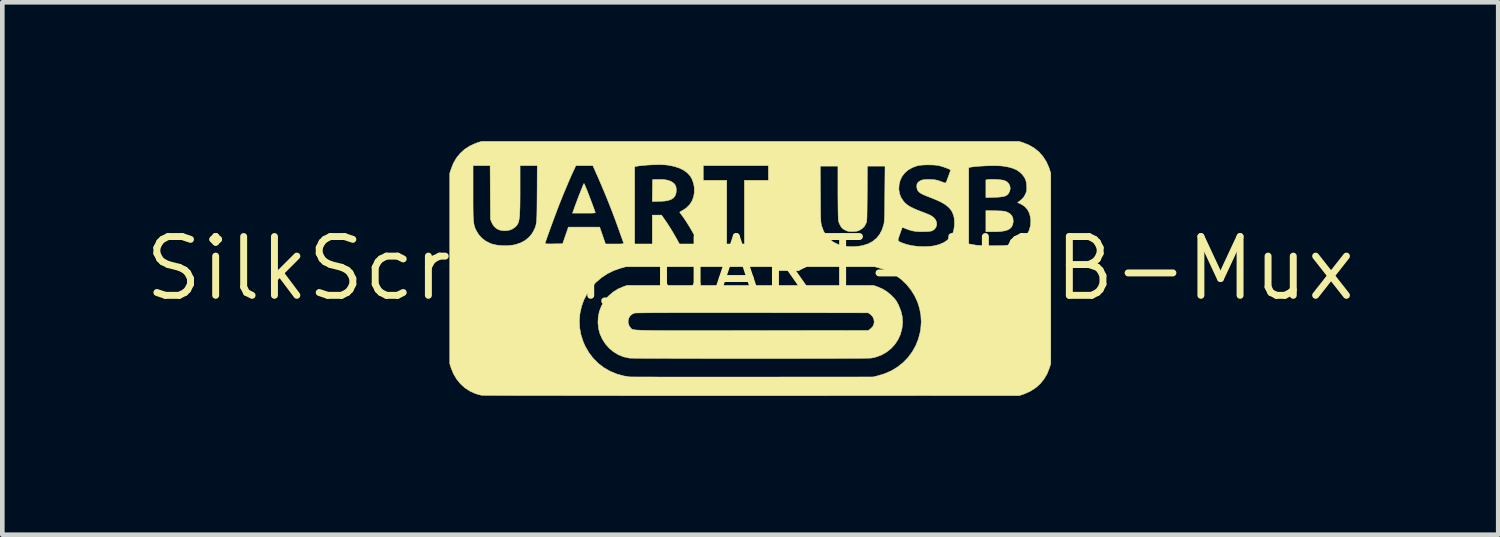
<source format=kicad_pcb>
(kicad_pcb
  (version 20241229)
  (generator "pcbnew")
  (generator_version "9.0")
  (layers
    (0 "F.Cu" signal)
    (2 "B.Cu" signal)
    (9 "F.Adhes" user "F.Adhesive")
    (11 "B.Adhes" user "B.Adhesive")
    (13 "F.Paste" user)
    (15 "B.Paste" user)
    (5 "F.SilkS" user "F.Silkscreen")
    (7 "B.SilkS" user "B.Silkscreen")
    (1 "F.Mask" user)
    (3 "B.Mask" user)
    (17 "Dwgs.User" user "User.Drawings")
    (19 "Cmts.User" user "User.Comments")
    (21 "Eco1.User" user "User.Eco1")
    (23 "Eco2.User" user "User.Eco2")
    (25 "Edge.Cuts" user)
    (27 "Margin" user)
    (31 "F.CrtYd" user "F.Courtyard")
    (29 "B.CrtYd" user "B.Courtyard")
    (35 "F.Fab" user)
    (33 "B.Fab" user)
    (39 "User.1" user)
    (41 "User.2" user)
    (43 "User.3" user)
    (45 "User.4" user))
  (footprint "SilkScreen_UART-USB-Mux"
    (layer "F.Cu")
    (at 13.161 2.751)
    (property "Reference" "SilkScreen_UART-USB-Mux" (at 0 0 0) (layer "F.SilkS") (effects (font (size 1.27 1.27) (thickness 0.15))))
    (attr through_hole)
    (fp_poly (pts (xy -1.908 -1.924) (xy -1.835 -1.917) (xy -1.773 -1.904) (xy -1.717 -1.882) (xy -1.704 -1.876) (xy -1.654 -1.843) (xy -1.621 -1.803) (xy -1.603 -1.753) (xy -1.598 -1.693) (xy -1.604 -1.627) (xy -1.623 -1.573) (xy -1.656 -1.529) (xy -1.703 -1.496) (xy -1.766 -1.472) (xy -1.847 -1.457) (xy -1.946 -1.451) (xy -1.987 -1.45) (xy -2.117 -1.45) (xy -2.114 -1.685) (xy -2.111 -1.921) (xy -1.997 -1.924) (xy -1.908 -1.924)) (stroke (width 0.01) (type solid)) (fill yes) (layer "F.SilkS"))
    (fp_poly (pts (xy 5.289 -1.247) (xy 5.361 -1.245) (xy 5.416 -1.243) (xy 5.457 -1.24) (xy 5.489 -1.236) (xy 5.515 -1.23) (xy 5.539 -1.222) (xy 5.548 -1.219) (xy 5.608 -1.186) (xy 5.651 -1.141) (xy 5.675 -1.086) (xy 5.682 -1.02) (xy 5.68 -0.998) (xy 5.668 -0.943) (xy 5.645 -0.897) (xy 5.609 -0.86) (xy 5.559 -0.832) (xy 5.493 -0.813) (xy 5.41 -0.8) (xy 5.309 -0.794) (xy 5.258 -0.794) (xy 5.091 -0.794) (xy 5.091 -1.251) (xy 5.289 -1.247)) (stroke (width 0.01) (type solid)) (fill yes) (layer "F.SilkS"))
    (fp_poly (pts (xy 5.299 -1.924) (xy 5.362 -1.92) (xy 5.42 -1.914) (xy 5.468 -1.907) (xy 5.495 -1.9) (xy 5.548 -1.871) (xy 5.587 -1.83) (xy 5.61 -1.78) (xy 5.617 -1.725) (xy 5.606 -1.67) (xy 5.577 -1.617) (xy 5.572 -1.61) (xy 5.549 -1.588) (xy 5.521 -1.571) (xy 5.484 -1.558) (xy 5.435 -1.549) (xy 5.372 -1.542) (xy 5.292 -1.538) (xy 5.268 -1.537) (xy 5.091 -1.532) (xy 5.091 -1.914) (xy 5.14 -1.922) (xy 5.182 -1.925) (xy 5.237 -1.926) (xy 5.299 -1.924)) (stroke (width 0.01) (type solid)) (fill yes) (layer "F.SilkS"))
    (fp_poly (pts (xy -3.587 -1.827) (xy -3.574 -1.8) (xy -3.556 -1.757) (xy -3.533 -1.702) (xy -3.507 -1.636) (xy -3.478 -1.561) (xy -3.448 -1.481) (xy -3.416 -1.397) (xy -3.409 -1.376) (xy -3.389 -1.323) (xy -3.372 -1.277) (xy -3.359 -1.24) (xy -3.351 -1.218) (xy -3.349 -1.214) (xy -3.348 -1.209) (xy -3.352 -1.204) (xy -3.362 -1.201) (xy -3.382 -1.199) (xy -3.414 -1.197) (xy -3.46 -1.196) (xy -3.523 -1.196) (xy -3.592 -1.196) (xy -3.841 -1.196) (xy -3.802 -1.304) (xy -3.777 -1.374) (xy -3.75 -1.446) (xy -3.722 -1.52) (xy -3.695 -1.592) (xy -3.668 -1.659) (xy -3.644 -1.719) (xy -3.624 -1.77) (xy -3.608 -1.808) (xy -3.597 -1.831) (xy -3.593 -1.836) (xy -3.587 -1.827)) (stroke (width 0.01) (type solid)) (fill yes) (layer "F.SilkS"))
    (fp_poly (pts (xy 2.746 0.395) (xy 2.855 0.441) (xy 2.952 0.5) (xy 3.043 0.576) (xy 3.066 0.598) (xy 3.109 0.643) (xy 3.141 0.682) (xy 3.168 0.723) (xy 3.194 0.773) (xy 3.205 0.795) (xy 3.254 0.916) (xy 3.283 1.036) (xy 3.292 1.157) (xy 3.28 1.282) (xy 3.276 1.306) (xy 3.243 1.427) (xy 3.191 1.539) (xy 3.123 1.641) (xy 3.04 1.731) (xy 2.944 1.807) (xy 2.837 1.868) (xy 2.72 1.912) (xy 2.61 1.936) (xy 2.591 1.937) (xy 2.553 1.938) (xy 2.495 1.939) (xy 2.42 1.94) (xy 2.328 1.941) (xy 2.22 1.942) (xy 2.099 1.942) (xy 1.964 1.943) (xy 1.816 1.944) (xy 1.658 1.944) (xy 1.49 1.945) (xy 1.314 1.945) (xy 1.13 1.945) (xy 0.939 1.946) (xy 0.743 1.946) (xy 0.543 1.946) (xy 0.34 1.946) (xy 0.135 1.946) (xy -0.071 1.946) (xy -0.276 1.946) (xy -0.48 1.946) (xy -0.682 1.946) (xy -0.879 1.946) (xy -1.072 1.945) (xy -1.259 1.945) (xy -1.438 1.944) (xy -1.61 1.944) (xy -1.772 1.943) (xy -1.923 1.943) (xy -2.063 1.942) (xy -2.189 1.941) (xy -2.302 1.941) (xy -2.4 1.94) (xy -2.482 1.939) (xy -2.546 1.938) (xy -2.592 1.937) (xy -2.618 1.936) (xy -2.622 1.935) (xy -2.741 1.908) (xy -2.853 1.862) (xy -2.956 1.799) (xy -3.049 1.721) (xy -3.13 1.629) (xy -3.196 1.527) (xy -3.246 1.416) (xy -3.276 1.306) (xy -3.291 1.175) (xy -3.289 1.129) (xy -2.639 1.129) (xy -2.637 1.185) (xy -2.617 1.239) (xy -2.59 1.277) (xy -2.584 1.284) (xy -2.579 1.29) (xy -2.574 1.297) (xy -2.569 1.302) (xy -2.563 1.307) (xy -2.554 1.312) (xy -2.543 1.316) (xy -2.528 1.32) (xy -2.509 1.324) (xy -2.485 1.327) (xy -2.454 1.33) (xy -2.417 1.332) (xy -2.372 1.334) (xy -2.318 1.336) (xy -2.256 1.337) (xy -2.183 1.339) (xy -2.099 1.34) (xy -2.004 1.341) (xy -1.897 1.341) (xy -1.776 1.342) (xy -1.641 1.342) (xy -1.492 1.342) (xy -1.327 1.342) (xy -1.145 1.342) (xy -0.947 1.342) (xy -0.73 1.342) (xy -0.495 1.342) (xy -0.24 1.341) (xy 0.036 1.341) (xy 0.039 1.341) (xy 2.549 1.339) (xy 2.594 1.307) (xy 2.641 1.263) (xy 2.669 1.211) (xy 2.678 1.151) (xy 2.668 1.088) (xy 2.639 1.033) (xy 2.594 0.989) (xy 2.591 0.987) (xy 2.547 0.958) (xy 0.045 0.955) (xy -0.267 0.955) (xy -0.558 0.955) (xy -0.827 0.954) (xy -1.077 0.955) (xy -1.305 0.955) (xy -1.513 0.955) (xy -1.701 0.955) (xy -1.868 0.956) (xy -2.016 0.956) (xy -2.143 0.957) (xy -2.251 0.958) (xy -2.339 0.959) (xy -2.408 0.96) (xy -2.457 0.961) (xy -2.488 0.962) (xy -2.498 0.963) (xy -2.554 0.988) (xy -2.597 1.026) (xy -2.626 1.075) (xy -2.639 1.129) (xy -3.289 1.129) (xy -3.285 1.048) (xy -3.26 0.925) (xy -3.214 0.808) (xy -3.15 0.699) (xy -3.067 0.599) (xy -3.059 0.592) (xy -2.962 0.508) (xy -2.856 0.442) (xy -2.746 0.395) (xy -2.662 0.365) (xy 2.662 0.365) (xy 2.746 0.395)) (stroke (width 0.01) (type solid)) (fill yes) (layer "F.SilkS"))
    (fp_poly (pts (xy 5.884 -2.722) (xy 6.015 -2.67) (xy 6.132 -2.603) (xy 6.235 -2.521) (xy 6.322 -2.423) (xy 6.395 -2.311) (xy 6.452 -2.185) (xy 6.468 -2.137) (xy 6.493 -2.058) (xy 6.493 2.058) (xy 6.468 2.137) (xy 6.417 2.269) (xy 6.35 2.385) (xy 6.268 2.487) (xy 6.171 2.575) (xy 6.058 2.648) (xy 5.929 2.707) (xy 5.89 2.721) (xy 5.816 2.746) (xy 0.026 2.748) (xy -0.335 2.748) (xy -0.689 2.748) (xy -1.037 2.748) (xy -1.377 2.748) (xy -1.71 2.748) (xy -2.033 2.748) (xy -2.347 2.748) (xy -2.652 2.748) (xy -2.946 2.747) (xy -3.229 2.747) (xy -3.501 2.747) (xy -3.76 2.747) (xy -4.007 2.746) (xy -4.241 2.746) (xy -4.46 2.746) (xy -4.666 2.745) (xy -4.856 2.745) (xy -5.031 2.745) (xy -5.189 2.744) (xy -5.331 2.744) (xy -5.456 2.743) (xy -5.563 2.743) (xy -5.651 2.742) (xy -5.721 2.742) (xy -5.771 2.741) (xy -5.801 2.741) (xy -5.809 2.74) (xy -5.938 2.704) (xy -6.057 2.65) (xy -6.166 2.579) (xy -6.262 2.492) (xy -6.345 2.39) (xy -6.413 2.275) (xy -6.465 2.148) (xy -6.468 2.137) (xy -6.493 2.058) (xy -6.493 1.13) (xy -3.693 1.13) (xy -3.686 1.284) (xy -3.657 1.438) (xy -3.608 1.588) (xy -3.568 1.678) (xy -3.489 1.816) (xy -3.394 1.94) (xy -3.286 2.049) (xy -3.164 2.143) (xy -3.03 2.22) (xy -2.885 2.28) (xy -2.73 2.322) (xy -2.603 2.342) (xy -2.59 2.343) (xy -2.556 2.343) (xy -2.502 2.343) (xy -2.431 2.344) (xy -2.341 2.344) (xy -2.235 2.344) (xy -2.114 2.344) (xy -1.978 2.345) (xy -1.828 2.345) (xy -1.665 2.345) (xy -1.49 2.345) (xy -1.304 2.345) (xy -1.108 2.345) (xy -0.903 2.345) (xy -0.689 2.345) (xy -0.468 2.345) (xy -0.241 2.345) (xy -0.008 2.345) (xy 0.042 2.345) (xy 2.651 2.344) (xy 2.746 2.321) (xy 2.903 2.274) (xy 3.048 2.21) (xy 3.182 2.129) (xy 3.302 2.034) (xy 3.409 1.924) (xy 3.5 1.801) (xy 3.575 1.667) (xy 3.633 1.522) (xy 3.673 1.367) (xy 3.683 1.307) (xy 3.694 1.154) (xy 3.685 1.004) (xy 3.657 0.858) (xy 3.612 0.717) (xy 3.549 0.584) (xy 3.47 0.459) (xy 3.376 0.344) (xy 3.268 0.24) (xy 3.147 0.15) (xy 3.014 0.074) (xy 2.87 0.014) (xy 2.797 -0.008) (xy 2.693 -0.037) (xy -2.693 -0.037) (xy -2.797 -0.008) (xy -2.948 0.044) (xy -3.088 0.113) (xy -3.218 0.199) (xy -3.335 0.3) (xy -3.437 0.414) (xy -3.524 0.541) (xy -3.595 0.678) (xy -3.645 0.817) (xy -3.68 0.974) (xy -3.693 1.13) (xy -6.493 1.13) (xy -6.493 -1.64) (xy -5.99 -1.64) (xy -5.99 -1.503) (xy -5.99 -1.385) (xy -5.989 -1.284) (xy -5.988 -1.199) (xy -5.986 -1.128) (xy -5.983 -1.068) (xy -5.979 -1.019) (xy -5.973 -0.977) (xy -5.967 -0.941) (xy -5.959 -0.91) (xy -5.949 -0.881) (xy -5.937 -0.853) (xy -5.923 -0.823) (xy -5.919 -0.815) (xy -5.866 -0.729) (xy -5.797 -0.653) (xy -5.713 -0.59) (xy -5.619 -0.543) (xy -5.565 -0.524) (xy -5.464 -0.503) (xy -5.353 -0.493) (xy -5.238 -0.493) (xy -5.128 -0.505) (xy -5.065 -0.518) (xy -5.002 -0.54) (xy -4.434 -0.54) (xy -4.424 -0.535) (xy -4.394 -0.532) (xy -4.343 -0.531) (xy -4.271 -0.531) (xy -4.244 -0.532) (xy -4.054 -0.534) (xy -3.992 -0.714) (xy -3.93 -0.894) (xy -3.254 -0.894) (xy -3.191 -0.712) (xy -3.128 -0.529) (xy -2.928 -0.529) (xy -2.856 -0.529) (xy -2.802 -0.53) (xy -2.765 -0.532) (xy -2.743 -0.535) (xy -2.734 -0.539) (xy -2.733 -0.542) (xy -2.738 -0.556) (xy -2.749 -0.586) (xy -2.765 -0.63) (xy -2.785 -0.686) (xy -2.808 -0.75) (xy -2.823 -0.794) (xy -2.902 -1.012) (xy -2.978 -1.215) (xy -3.053 -1.407) (xy -3.129 -1.595) (xy -3.208 -1.782) (xy -3.291 -1.975) (xy -3.299 -1.992) (xy -3.391 -2.2) (xy -2.498 -2.2) (xy -2.498 -0.529) (xy -2.117 -0.529) (xy -2.117 -1.154) (xy -1.919 -1.154) (xy -1.86 -1.072) (xy -1.801 -0.986) (xy -1.736 -0.886) (xy -1.67 -0.777) (xy -1.605 -0.665) (xy -1.597 -0.651) (xy -1.529 -0.529) (xy -1.321 -0.529) (xy -1.112 -0.529) (xy -1.131 -0.569) (xy -1.166 -0.64) (xy -1.208 -0.719) (xy -1.256 -0.804) (xy -1.306 -0.89) (xy -1.358 -0.974) (xy -1.407 -1.05) (xy -1.453 -1.117) (xy -1.492 -1.169) (xy -1.499 -1.178) (xy -1.515 -1.2) (xy -1.524 -1.214) (xy -1.524 -1.215) (xy -1.515 -1.223) (xy -1.493 -1.238) (xy -1.464 -1.253) (xy -1.379 -1.309) (xy -1.311 -1.377) (xy -1.259 -1.457) (xy -1.225 -1.547) (xy -1.208 -1.645) (xy -1.21 -1.752) (xy -1.222 -1.822) (xy -1.25 -1.914) (xy -1.295 -1.995) (xy -1.357 -2.064) (xy -1.435 -2.122) (xy -1.53 -2.169) (xy -1.644 -2.206) (xy -1.728 -2.223) (xy -1.016 -2.223) (xy -1.016 -1.905) (xy -0.508 -1.905) (xy -0.508 -0.529) (xy -0.127 -0.529) (xy -0.127 -1.905) (xy 0.392 -1.905) (xy 0.392 -2.212) (xy 1.512 -2.212) (xy 1.516 -1.606) (xy 1.517 -1.477) (xy 1.518 -1.368) (xy 1.518 -1.275) (xy 1.519 -1.199) (xy 1.52 -1.136) (xy 1.522 -1.086) (xy 1.524 -1.045) (xy 1.526 -1.013) (xy 1.528 -0.987) (xy 1.532 -0.965) (xy 1.535 -0.946) (xy 1.54 -0.928) (xy 1.543 -0.917) (xy 1.583 -0.809) (xy 1.639 -0.715) (xy 1.709 -0.636) (xy 1.795 -0.571) (xy 1.894 -0.522) (xy 2.007 -0.489) (xy 2.089 -0.476) (xy 2.168 -0.472) (xy 2.256 -0.473) (xy 2.344 -0.481) (xy 2.422 -0.494) (xy 2.443 -0.499) (xy 2.554 -0.536) (xy 2.65 -0.588) (xy 2.685 -0.618) (xy 3.194 -0.618) (xy 3.197 -0.599) (xy 3.211 -0.585) (xy 3.236 -0.572) (xy 3.272 -0.557) (xy 3.286 -0.551) (xy 3.389 -0.516) (xy 3.507 -0.491) (xy 3.632 -0.476) (xy 3.762 -0.472) (xy 3.889 -0.478) (xy 3.963 -0.488) (xy 4.076 -0.515) (xy 4.173 -0.555) (xy 4.255 -0.609) (xy 4.321 -0.676) (xy 4.371 -0.755) (xy 4.384 -0.786) (xy 4.397 -0.835) (xy 4.407 -0.896) (xy 4.412 -0.964) (xy 4.411 -1.031) (xy 4.406 -1.089) (xy 4.404 -1.101) (xy 4.385 -1.169) (xy 4.359 -1.229) (xy 4.322 -1.284) (xy 4.274 -1.334) (xy 4.213 -1.381) (xy 4.136 -1.427) (xy 4.043 -1.472) (xy 3.932 -1.518) (xy 3.885 -1.536) (xy 3.8 -1.569) (xy 3.733 -1.599) (xy 3.682 -1.626) (xy 3.645 -1.653) (xy 3.621 -1.682) (xy 3.606 -1.713) (xy 3.599 -1.749) (xy 3.598 -1.777) (xy 3.6 -1.812) (xy 3.607 -1.836) (xy 3.623 -1.857) (xy 3.635 -1.869) (xy 3.672 -1.895) (xy 3.719 -1.913) (xy 3.779 -1.922) (xy 3.855 -1.925) (xy 3.905 -1.923) (xy 3.967 -1.919) (xy 4.017 -1.911) (xy 4.065 -1.899) (xy 4.106 -1.884) (xy 4.148 -1.869) (xy 4.184 -1.856) (xy 4.207 -1.847) (xy 4.212 -1.846) (xy 4.221 -1.848) (xy 4.231 -1.863) (xy 4.245 -1.892) (xy 4.262 -1.937) (xy 4.278 -1.981) (xy 4.297 -2.032) (xy 4.312 -2.076) (xy 4.323 -2.109) (xy 4.328 -2.127) (xy 4.329 -2.129) (xy 4.319 -2.136) (xy 4.294 -2.148) (xy 4.257 -2.164) (xy 4.214 -2.18) (xy 4.72 -2.18) (xy 4.72 -0.532) (xy 4.788 -0.519) (xy 4.843 -0.509) (xy 4.898 -0.502) (xy 4.956 -0.497) (xy 5.02 -0.493) (xy 5.094 -0.491) (xy 5.183 -0.491) (xy 5.276 -0.492) (xy 5.361 -0.493) (xy 5.429 -0.494) (xy 5.482 -0.496) (xy 5.525 -0.499) (xy 5.56 -0.503) (xy 5.591 -0.509) (xy 5.622 -0.516) (xy 5.63 -0.518) (xy 5.745 -0.555) (xy 5.841 -0.604) (xy 5.92 -0.665) (xy 5.982 -0.738) (xy 6.026 -0.824) (xy 6.053 -0.921) (xy 6.055 -0.934) (xy 6.062 -1.026) (xy 6.052 -1.115) (xy 6.029 -1.198) (xy 5.992 -1.269) (xy 5.942 -1.328) (xy 5.923 -1.344) (xy 5.885 -1.37) (xy 5.846 -1.393) (xy 5.822 -1.405) (xy 5.777 -1.424) (xy 5.84 -1.473) (xy 5.882 -1.51) (xy 5.913 -1.548) (xy 5.939 -1.594) (xy 5.956 -1.632) (xy 5.967 -1.662) (xy 5.972 -1.692) (xy 5.974 -1.732) (xy 5.973 -1.762) (xy 5.968 -1.845) (xy 5.951 -1.914) (xy 5.92 -1.976) (xy 5.873 -2.035) (xy 5.869 -2.04) (xy 5.813 -2.091) (xy 5.749 -2.133) (xy 5.673 -2.165) (xy 5.582 -2.191) (xy 5.474 -2.21) (xy 5.456 -2.213) (xy 5.398 -2.218) (xy 5.324 -2.221) (xy 5.24 -2.221) (xy 5.149 -2.22) (xy 5.056 -2.216) (xy 4.966 -2.211) (xy 4.882 -2.205) (xy 4.81 -2.197) (xy 4.753 -2.187) (xy 4.744 -2.185) (xy 4.72 -2.18) (xy 4.214 -2.18) (xy 4.213 -2.18) (xy 4.166 -2.197) (xy 4.12 -2.211) (xy 4.096 -2.218) (xy 4.047 -2.228) (xy 3.983 -2.235) (xy 3.909 -2.238) (xy 3.831 -2.239) (xy 3.755 -2.237) (xy 3.686 -2.232) (xy 3.63 -2.224) (xy 3.61 -2.22) (xy 3.503 -2.181) (xy 3.412 -2.129) (xy 3.337 -2.064) (xy 3.278 -1.987) (xy 3.237 -1.898) (xy 3.216 -1.812) (xy 3.21 -1.713) (xy 3.224 -1.619) (xy 3.258 -1.532) (xy 3.311 -1.453) (xy 3.343 -1.418) (xy 3.381 -1.384) (xy 3.425 -1.352) (xy 3.478 -1.322) (xy 3.543 -1.291) (xy 3.622 -1.257) (xy 3.699 -1.228) (xy 3.772 -1.2) (xy 3.828 -1.177) (xy 3.871 -1.159) (xy 3.904 -1.142) (xy 3.931 -1.125) (xy 3.955 -1.106) (xy 3.969 -1.094) (xy 4.006 -1.048) (xy 4.025 -0.997) (xy 4.028 -0.945) (xy 4.014 -0.895) (xy 3.984 -0.852) (xy 3.945 -0.823) (xy 3.924 -0.813) (xy 3.901 -0.807) (xy 3.873 -0.802) (xy 3.833 -0.799) (xy 3.779 -0.797) (xy 3.752 -0.796) (xy 3.659 -0.796) (xy 3.581 -0.801) (xy 3.511 -0.812) (xy 3.443 -0.83) (xy 3.371 -0.856) (xy 3.333 -0.871) (xy 3.304 -0.883) (xy 3.288 -0.889) (xy 3.287 -0.889) (xy 3.282 -0.88) (xy 3.272 -0.854) (xy 3.258 -0.815) (xy 3.241 -0.767) (xy 3.233 -0.745) (xy 3.213 -0.688) (xy 3.199 -0.647) (xy 3.194 -0.618) (xy 2.685 -0.618) (xy 2.731 -0.656) (xy 2.797 -0.739) (xy 2.848 -0.837) (xy 2.884 -0.947) (xy 2.888 -0.966) (xy 2.892 -0.987) (xy 2.895 -1.013) (xy 2.897 -1.045) (xy 2.899 -1.086) (xy 2.901 -1.137) (xy 2.903 -1.201) (xy 2.904 -1.278) (xy 2.905 -1.37) (xy 2.906 -1.48) (xy 2.907 -1.609) (xy 2.907 -1.617) (xy 2.912 -2.212) (xy 2.53 -2.212) (xy 2.527 -1.622) (xy 2.526 -1.494) (xy 2.525 -1.385) (xy 2.524 -1.294) (xy 2.523 -1.219) (xy 2.522 -1.158) (xy 2.521 -1.109) (xy 2.519 -1.071) (xy 2.517 -1.042) (xy 2.514 -1.02) (xy 2.511 -1.003) (xy 2.507 -0.99) (xy 2.505 -0.984) (xy 2.469 -0.916) (xy 2.417 -0.862) (xy 2.363 -0.829) (xy 2.329 -0.814) (xy 2.3 -0.805) (xy 2.266 -0.801) (xy 2.221 -0.799) (xy 2.206 -0.799) (xy 2.157 -0.8) (xy 2.122 -0.803) (xy 2.093 -0.81) (xy 2.063 -0.823) (xy 2.047 -0.831) (xy 2.006 -0.855) (xy 1.977 -0.882) (xy 1.951 -0.918) (xy 1.951 -0.92) (xy 1.93 -0.96) (xy 1.912 -1.004) (xy 1.906 -1.028) (xy 1.903 -1.052) (xy 1.901 -1.096) (xy 1.899 -1.16) (xy 1.897 -1.242) (xy 1.896 -1.341) (xy 1.895 -1.458) (xy 1.894 -1.59) (xy 1.894 -1.646) (xy 1.894 -2.212) (xy 1.703 -2.212) (xy 1.512 -2.212) (xy 0.392 -2.212) (xy 0.392 -2.223) (xy -1.016 -2.223) (xy -1.728 -2.223) (xy -1.775 -2.232) (xy -1.788 -2.234) (xy -1.852 -2.24) (xy -1.932 -2.243) (xy -2.023 -2.243) (xy -2.12 -2.24) (xy -2.218 -2.235) (xy -2.311 -2.227) (xy -2.396 -2.218) (xy -2.467 -2.206) (xy -2.469 -2.206) (xy -2.498 -2.2) (xy -3.391 -2.2) (xy -3.401 -2.223) (xy -3.768 -2.223) (xy -3.816 -2.119) (xy -3.852 -2.042) (xy -3.893 -1.949) (xy -3.938 -1.845) (xy -3.985 -1.733) (xy -4.033 -1.619) (xy -4.079 -1.505) (xy -4.123 -1.396) (xy -4.141 -1.349) (xy -4.166 -1.284) (xy -4.194 -1.209) (xy -4.224 -1.129) (xy -4.255 -1.046) (xy -4.286 -0.961) (xy -4.317 -0.878) (xy -4.345 -0.798) (xy -4.372 -0.725) (xy -4.394 -0.661) (xy -4.413 -0.608) (xy -4.426 -0.568) (xy -4.433 -0.545) (xy -4.434 -0.54) (xy -5.002 -0.54) (xy -4.958 -0.555) (xy -4.864 -0.606) (xy -4.783 -0.672) (xy -4.718 -0.749) (xy -4.683 -0.81) (xy -4.668 -0.84) (xy -4.655 -0.867) (xy -4.645 -0.892) (xy -4.636 -0.919) (xy -4.629 -0.947) (xy -4.623 -0.98) (xy -4.618 -1.019) (xy -4.615 -1.066) (xy -4.612 -1.124) (xy -4.61 -1.193) (xy -4.609 -1.275) (xy -4.608 -1.374) (xy -4.607 -1.489) (xy -4.606 -1.617) (xy -4.603 -2.223) (xy -4.974 -2.223) (xy -4.974 -1.712) (xy -4.974 -1.569) (xy -4.975 -1.447) (xy -4.976 -1.342) (xy -4.979 -1.253) (xy -4.982 -1.179) (xy -4.987 -1.117) (xy -4.994 -1.066) (xy -5.002 -1.024) (xy -5.012 -0.99) (xy -5.025 -0.962) (xy -5.04 -0.938) (xy -5.058 -0.916) (xy -5.079 -0.896) (xy -5.083 -0.892) (xy -5.143 -0.851) (xy -5.215 -0.825) (xy -5.294 -0.815) (xy -5.376 -0.822) (xy -5.419 -0.832) (xy -5.481 -0.861) (xy -5.534 -0.908) (xy -5.576 -0.971) (xy -5.589 -1) (xy -5.614 -1.064) (xy -5.618 -1.643) (xy -5.621 -2.223) (xy -5.99 -2.223) (xy -5.99 -1.64) (xy -6.493 -1.64) (xy -6.493 -2.058) (xy -6.468 -2.137) (xy -6.417 -2.269) (xy -6.35 -2.386) (xy -6.267 -2.488) (xy -6.17 -2.576) (xy -6.058 -2.648) (xy -5.932 -2.705) (xy -5.884 -2.722) (xy -5.805 -2.746) (xy 5.805 -2.746) (xy 5.884 -2.722)) (stroke (width 0.01) (type solid)) (fill yes) (layer "F.SilkS")))
  (gr_rect
    (start -3 -3)
    (end 29.322 8.504)
    (stroke (width 0.1) (type default))
    (fill no)
    (layer "Edge.Cuts")))
</source>
